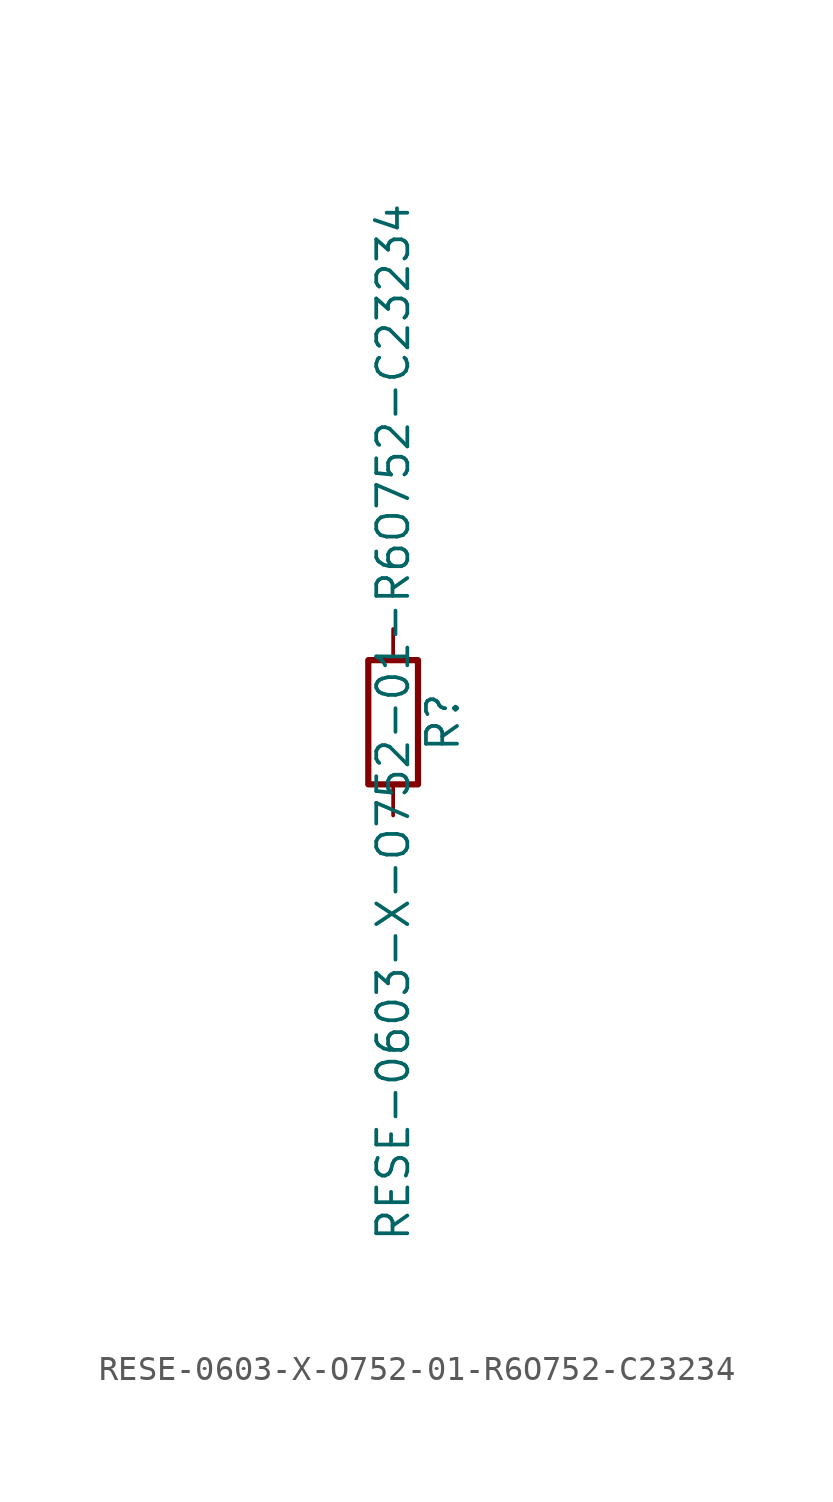
<source format=kicad_sym>
(kicad_symbol_lib
  (version 20211014)
  (generator kicad_symbol_editor)
  (symbol "RESE-0603-X-O752-01-R6O752-C23234"
    (pin_numbers hide)
    (pin_names
      (offset 0))
    (property "Reference" "R"
      (at 2.032 0 90)
      (effects (font (size 1.27 1.27))))
    (property "Value" "RESE-0603-X-O752-01-R6O752-C23234"
      (at 0 0 90)
      (effects (font (size 1.27 1.27))))
    (symbol "RESE-0603-X-O752-01-R6O752-C23234_0_1"
      (rectangle (start -1.016 -2.54) (end 1.016 2.54) (stroke (width 0.254) (type default) (color 0 0 0 0)) (fill (type none))))
    (symbol "RESE-0603-X-O752-01-R6O752-C23234_1_1"
      (pin passive line (at 0 3.81 270) (length 1.27) (name "~" (effects (font (size 1.27 1.27)))) (number "1" (effects (font (size 1.27 1.27)))))
      (pin passive line (at 0 -3.81 90) (length 1.27) (name "~" (effects (font (size 1.27 1.27)))) (number "2" (effects (font (size 1.27 1.27))))))))
</source>
